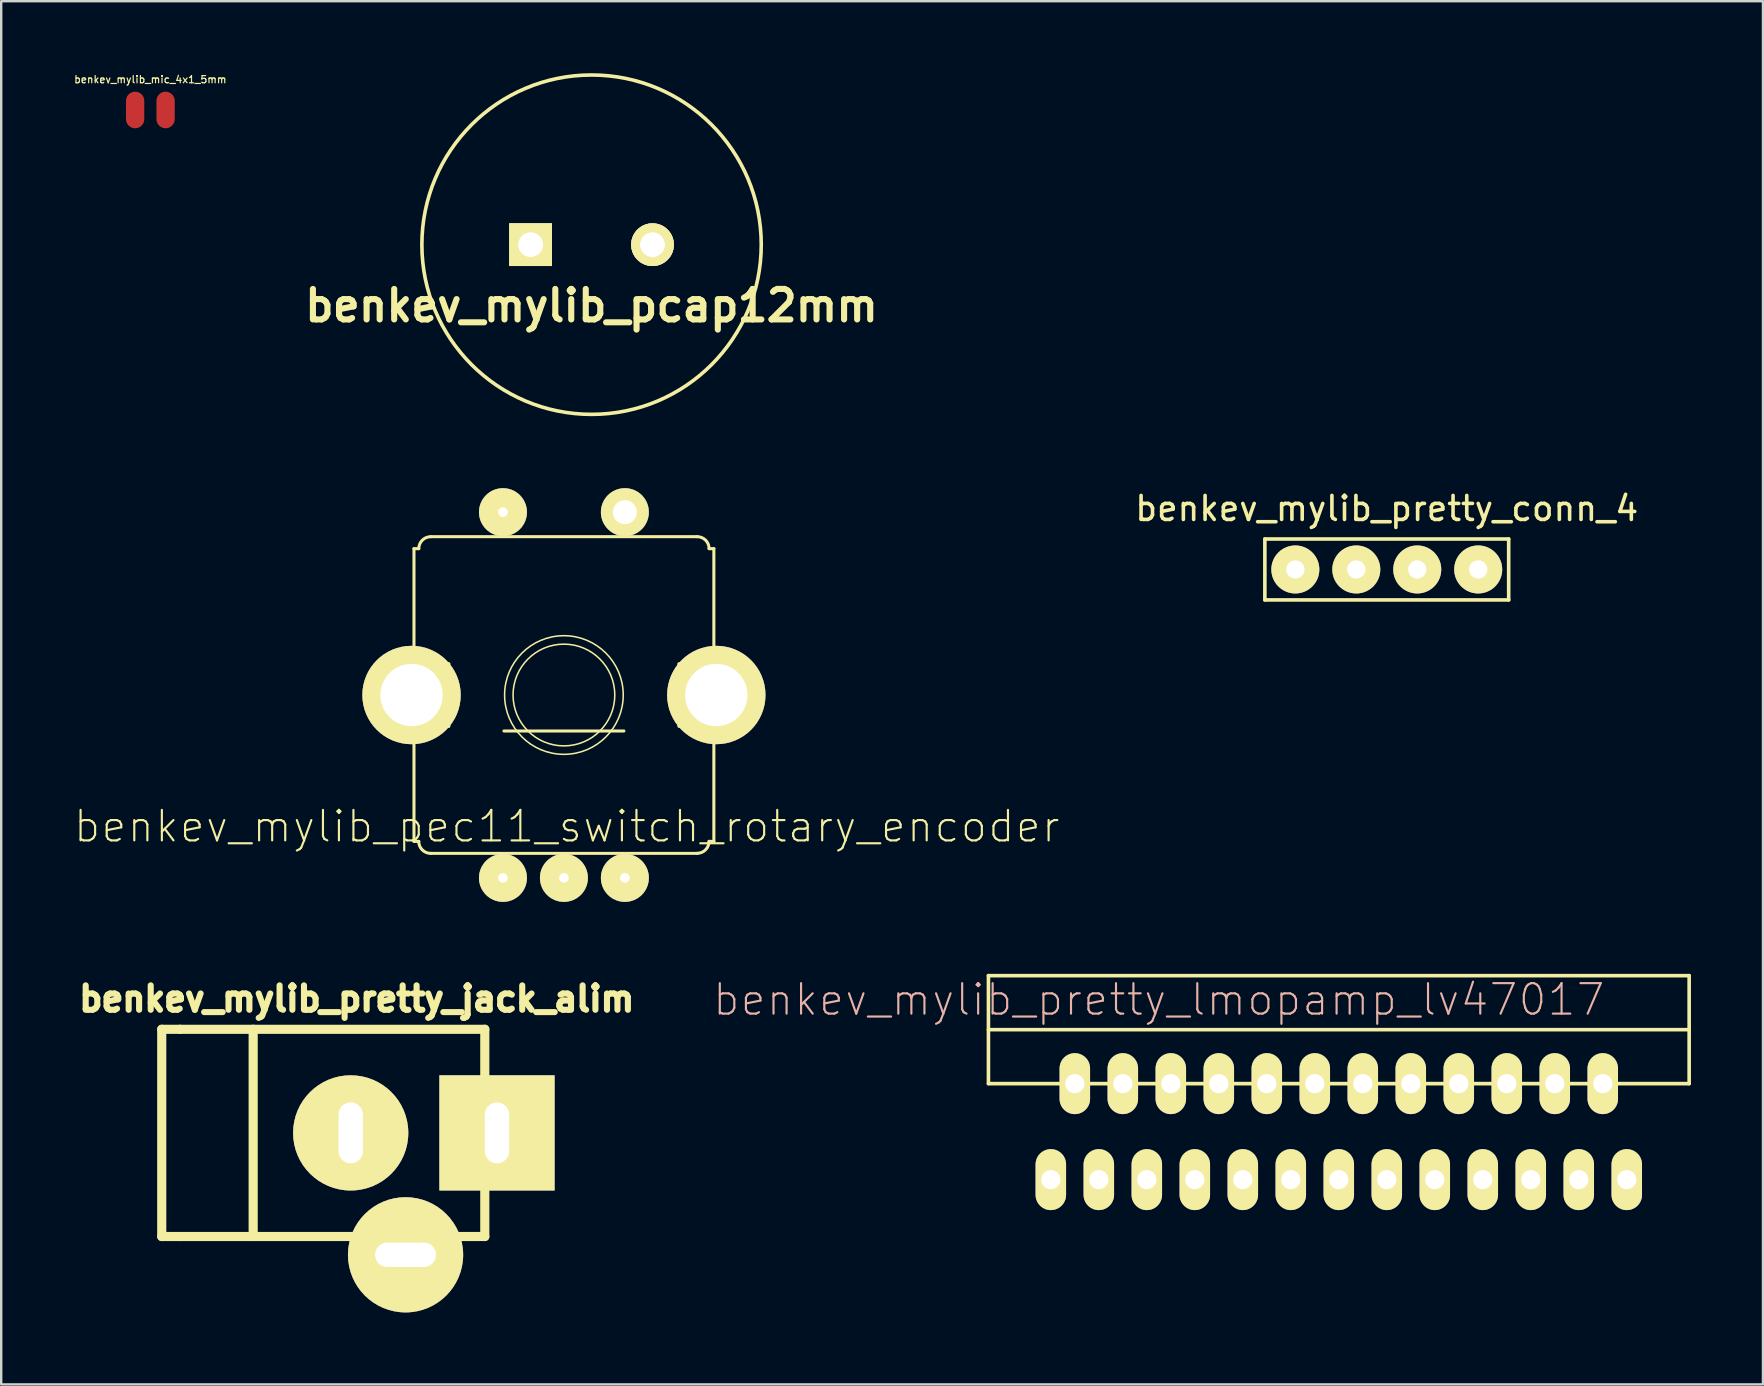
<source format=kicad_pcb>
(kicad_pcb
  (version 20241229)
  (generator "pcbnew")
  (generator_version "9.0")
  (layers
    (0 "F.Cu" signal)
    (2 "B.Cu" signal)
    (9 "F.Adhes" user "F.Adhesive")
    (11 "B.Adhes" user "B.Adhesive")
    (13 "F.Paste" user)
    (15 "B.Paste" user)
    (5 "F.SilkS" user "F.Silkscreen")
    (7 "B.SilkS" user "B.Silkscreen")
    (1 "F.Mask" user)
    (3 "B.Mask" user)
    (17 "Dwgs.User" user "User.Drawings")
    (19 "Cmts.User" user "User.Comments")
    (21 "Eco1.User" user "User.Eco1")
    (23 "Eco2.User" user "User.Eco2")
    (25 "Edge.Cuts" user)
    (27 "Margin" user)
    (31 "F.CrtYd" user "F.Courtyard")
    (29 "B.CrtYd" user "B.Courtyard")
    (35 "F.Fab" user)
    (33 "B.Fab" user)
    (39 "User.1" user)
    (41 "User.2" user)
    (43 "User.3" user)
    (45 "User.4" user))
  (footprint "benkev_mylib_mic_4x1_5mm"
    (layer "F.Cu")
    (at 3.216 1.533)
    (property "Reference" "benkev_mylib_mic_4x1_5mm" (at 0 -1.27 0) (layer "F.SilkS") (effects (font (size 0.3 0.3) (thickness 0.05))))
    (attr through_hole)
    (pad "1" smd oval (at -0.635 0) (size 0.762 1.524) (layers "F.Cu" "F.Mask" "F.Paste"))
    (pad "2" smd oval (at 0.635 0) (size 0.762 1.524) (layers "F.Cu" "F.Mask" "F.Paste")))
  (footprint "benkev_mylib_pretty_lmopamp_lv47017"
    (layer "F.Cu")
    (at 52.739 42.106)
    (property "Reference" "benkev_mylib_pretty_lmopamp_lv47017" (at -7.5 -3.5 0) (layer "B.SilkS") (effects (font (size 1.27 1.27) (thickness 0.089))))
    (attr exclude_from_pos_files exclude_from_bom)
    (fp_line (start -14.6 -4.5) (end 14.6 -4.5) (stroke (width 0.15) (type solid)) (layer "F.SilkS"))
    (fp_line (start -14.6 -2.25) (end 14.6 -2.25) (stroke (width 0.15) (type solid)) (layer "F.SilkS"))
    (fp_line (start -14.6 0) (end -14.6 -4.5) (stroke (width 0.15) (type solid)) (layer "F.SilkS"))
    (fp_line (start 14.6 -4.5) (end 14.6 0) (stroke (width 0.15) (type solid)) (layer "F.SilkS"))
    (fp_line (start 14.6 0) (end -14.6 0) (stroke (width 0.15) (type solid)) (layer "F.SilkS"))
    (pad "1" thru_hole oval (at -12 4) (size 1.27 2.54) (drill 0.8) (layers "*.Cu" "F.Mask" "F.SilkS" "F.Paste"))
    (pad "2" thru_hole oval (at -11 0) (size 1.27 2.54) (drill 0.8) (layers "*.Cu" "F.Mask" "F.SilkS" "F.Paste"))
    (pad "3" thru_hole oval (at -10 4) (size 1.27 2.54) (drill 0.8) (layers "*.Cu" "F.Mask" "F.SilkS" "F.Paste"))
    (pad "4" thru_hole oval (at -9 0) (size 1.27 2.54) (drill 0.8) (layers "*.Cu" "F.Mask" "F.SilkS" "F.Paste"))
    (pad "5" thru_hole oval (at -8 4) (size 1.27 2.54) (drill 0.8) (layers "*.Cu" "F.Mask" "F.SilkS" "F.Paste"))
    (pad "6" thru_hole oval (at -7 0) (size 1.27 2.54) (drill 0.8) (layers "*.Cu" "F.Mask" "F.SilkS" "F.Paste"))
    (pad "7" thru_hole oval (at -6 4) (size 1.27 2.54) (drill 0.8) (layers "*.Cu" "F.Mask" "F.SilkS" "F.Paste"))
    (pad "8" thru_hole oval (at -5 0) (size 1.27 2.54) (drill 0.8) (layers "*.Cu" "F.Mask" "F.SilkS" "F.Paste"))
    (pad "9" thru_hole oval (at -4 4) (size 1.27 2.54) (drill 0.8) (layers "*.Cu" "F.Mask" "F.SilkS" "F.Paste"))
    (pad "10" thru_hole oval (at -3 0) (size 1.27 2.54) (drill 0.8) (layers "*.Cu" "F.Mask" "F.SilkS" "F.Paste"))
    (pad "11" thru_hole oval (at -2 4) (size 1.27 2.54) (drill 0.8) (layers "*.Cu" "F.Mask" "F.SilkS" "F.Paste"))
    (pad "12" thru_hole oval (at -1 0) (size 1.27 2.54) (drill 0.8) (layers "*.Cu" "F.Mask" "F.SilkS" "F.Paste"))
    (pad "13" thru_hole oval (at 0 4) (size 1.27 2.54) (drill 0.8) (layers "*.Cu" "F.Mask" "F.SilkS" "F.Paste"))
    (pad "14" thru_hole oval (at 1 0) (size 1.27 2.54) (drill 0.8) (layers "*.Cu" "F.Mask" "F.SilkS" "F.Paste"))
    (pad "15" thru_hole oval (at 2 4) (size 1.27 2.54) (drill 0.8) (layers "*.Cu" "F.Mask" "F.SilkS" "F.Paste"))
    (pad "16" thru_hole oval (at 3 0) (size 1.27 2.54) (drill 0.8) (layers "*.Cu" "F.Mask" "F.SilkS" "F.Paste"))
    (pad "17" thru_hole oval (at 4 4) (size 1.27 2.54) (drill 0.8) (layers "*.Cu" "F.Mask" "F.SilkS" "F.Paste"))
    (pad "18" thru_hole oval (at 5 0) (size 1.27 2.54) (drill 0.8) (layers "*.Cu" "F.Mask" "F.SilkS" "F.Paste"))
    (pad "19" thru_hole oval (at 6 4) (size 1.27 2.54) (drill 0.8) (layers "*.Cu" "F.Mask" "F.SilkS" "F.Paste"))
    (pad "20" thru_hole oval (at 7 0) (size 1.27 2.54) (drill 0.8) (layers "*.Cu" "F.Mask" "F.SilkS" "F.Paste"))
    (pad "21" thru_hole oval (at 8 4) (size 1.27 2.54) (drill 0.8) (layers "*.Cu" "F.Mask" "F.SilkS" "F.Paste"))
    (pad "22" thru_hole oval (at 9 0) (size 1.27 2.54) (drill 0.8) (layers "*.Cu" "F.Mask" "F.SilkS" "F.Paste"))
    (pad "23" thru_hole oval (at 10 4) (size 1.27 2.54) (drill 0.8) (layers "*.Cu" "F.Mask" "F.SilkS" "F.Paste"))
    (pad "24" thru_hole oval (at 11 0) (size 1.27 2.54) (drill 0.8) (layers "*.Cu" "F.Mask" "F.SilkS" "F.Paste"))
    (pad "25" thru_hole oval (at 12 4) (size 1.27 2.54) (drill 0.8) (layers "*.Cu" "F.Mask" "F.SilkS" "F.Paste")))
  (footprint "benkev_mylib_pec11_switch_rotary_encoder"
    (layer "F.Cu")
    (at 20.449 25.912)
    (property "Reference" "benkev_mylib_pec11_switch_rotary_encoder" (at 0.119 5.474 0) (layer "F.SilkS") (effects (font (size 1.27 1.27) (thickness 0.089))))
    (attr exclude_from_pos_files exclude_from_bom)
    (fp_line (start -6.599 -1.298) (end -6.599 1.298) (stroke (width 0.127) (type solid)) (layer "F.SilkS"))
    (fp_line (start -6.599 1.298) (end -4.798 1.298) (stroke (width 0.127) (type solid)) (layer "F.SilkS"))
    (fp_line (start -6.248 6.099) (end -6.248 -6.099) (stroke (width 0.127) (type solid)) (layer "F.SilkS"))
    (fp_line (start -6.048 -6.099) (end -6.248 -6.099) (stroke (width 0.127) (type solid)) (layer "F.SilkS"))
    (fp_line (start -6.048 6.099) (end -6.248 6.099) (stroke (width 0.127) (type solid)) (layer "F.SilkS"))
    (fp_line (start -5.55 -6.599) (end 5.55 -6.599) (stroke (width 0.127) (type solid)) (layer "F.SilkS"))
    (fp_line (start -4.798 -1.298) (end -6.599 -1.298) (stroke (width 0.127) (type solid)) (layer "F.SilkS"))
    (fp_line (start -4.798 1.298) (end -4.798 -1.298) (stroke (width 0.127) (type solid)) (layer "F.SilkS"))
    (fp_line (start -2.499 1.499) (end 2.499 1.499) (stroke (width 0.127) (type solid)) (layer "F.SilkS"))
    (fp_line (start 4.798 -1.298) (end 4.798 1.298) (stroke (width 0.127) (type solid)) (layer "F.SilkS"))
    (fp_line (start 4.798 1.298) (end 6.599 1.298) (stroke (width 0.127) (type solid)) (layer "F.SilkS"))
    (fp_line (start 5.55 6.599) (end -5.55 6.599) (stroke (width 0.127) (type solid)) (layer "F.SilkS"))
    (fp_line (start 6.048 -6.099) (end 6.248 -6.099) (stroke (width 0.127) (type solid)) (layer "F.SilkS"))
    (fp_line (start 6.048 6.099) (end 6.248 6.099) (stroke (width 0.127) (type solid)) (layer "F.SilkS"))
    (fp_line (start 6.248 -6.099) (end 6.248 6.099) (stroke (width 0.127) (type solid)) (layer "F.SilkS"))
    (fp_line (start 6.599 -1.298) (end 4.798 -1.298) (stroke (width 0.127) (type solid)) (layer "F.SilkS"))
    (fp_line (start 6.599 1.298) (end 6.599 -1.298) (stroke (width 0.127) (type solid)) (layer "F.SilkS"))
    (fp_arc (start -6.04774 -6.09854) (mid -5.901926 -6.450566) (end -5.5499 -6.59638) (stroke (width 0.127) (type solid)) (layer "F.SilkS"))
    (fp_arc (start -5.5499 6.59892) (mid -5.903722 6.452362) (end -6.05028 6.09854) (stroke (width 0.127) (type solid)) (layer "F.SilkS"))
    (fp_arc (start 5.5499 -6.59892) (mid 5.903722 -6.452362) (end 6.05028 -6.09854) (stroke (width 0.127) (type solid)) (layer "F.SilkS"))
    (fp_arc (start 6.04774 6.09854) (mid 5.901926 6.450566) (end 5.5499 6.59638) (stroke (width 0.127) (type solid)) (layer "F.SilkS"))
    (fp_circle (center 0 0) (end -1.748 1.748) (stroke (width 0.064) (type solid)) (fill no) (layer "F.SilkS"))
    (fp_circle (center 0 0) (end -1.499 1.499) (stroke (width 0.064) (type solid)) (fill no) (layer "F.SilkS"))
    (pad "" thru_hole circle (at -6.35 0) (size 4.1 4.1) (drill 2.598) (layers "*.Cu" "F.Mask" "F.SilkS" "F.Paste"))
    (pad "" thru_hole circle (at 6.35 0) (size 4.1 4.1) (drill 2.598) (layers "*.Cu" "F.Mask" "F.SilkS" "F.Paste"))
    (pad "1" thru_hole circle (at -2.54 7.62) (size 1.999 1.999) (drill 0.4) (layers "*.Cu" "F.Mask" "F.SilkS" "F.Paste"))
    (pad "2" thru_hole circle (at 0 7.62) (size 1.999 1.999) (drill 0.4) (layers "*.Cu" "F.Mask" "F.SilkS" "F.Paste"))
    (pad "3" thru_hole circle (at 2.54 7.62) (size 1.999 1.999) (drill 0.4) (layers "*.Cu" "F.Mask" "F.SilkS" "F.Paste"))
    (pad "4" thru_hole circle (at 2.54 -7.62) (size 1.999 1.999) (drill 0.998) (layers "*.Cu" "F.Mask" "F.SilkS" "F.Paste"))
    (pad "5" thru_hole circle (at -2.54 -7.62) (size 1.999 1.999) (drill 0.4) (layers "*.Cu" "F.Mask" "F.SilkS" "F.Paste")))
  (footprint "benkev_mylib_pretty_jack_alim"
    (layer "F.Cu")
    (at 11.564 44.159)
    (property "Reference" "benkev_mylib_pretty_jack_alim" (at 0.254 -5.588 0) (layer "F.SilkS") (effects (font (size 1.016 1.016) (thickness 0.254))))
    (attr through_hole)
    (fp_line (start -7.874 -4.318) (end -7.874 4.318) (stroke (width 0.381) (type solid)) (layer "F.SilkS"))
    (fp_line (start -7.874 4.318) (end -7.112 4.318) (stroke (width 0.381) (type solid)) (layer "F.SilkS"))
    (fp_line (start -7.112 -4.318) (end -7.874 -4.318) (stroke (width 0.381) (type solid)) (layer "F.SilkS"))
    (fp_line (start -7.112 -4.318) (end 5.588 -4.318) (stroke (width 0.381) (type solid)) (layer "F.SilkS"))
    (fp_line (start -7.112 4.318) (end 5.588 4.318) (stroke (width 0.381) (type solid)) (layer "F.SilkS"))
    (fp_line (start -4.064 -4.318) (end -4.064 4.318) (stroke (width 0.381) (type solid)) (layer "F.SilkS"))
    (fp_line (start 5.588 -4.318) (end 5.588 4.318) (stroke (width 0.381) (type solid)) (layer "F.SilkS"))
    (pad "1" thru_hole rect (at 6.096 0) (size 4.801 4.801) (drill oval 1.016 2.54) (layers "*.Cu" "*.Mask" "F.SilkS"))
    (pad "2" thru_hole circle (at 0 0) (size 4.801 4.801) (drill oval 1.016 2.54) (layers "*.Cu" "*.Mask" "F.SilkS"))
    (pad "3" thru_hole circle (at 2.286 5.08) (size 4.801 4.801) (drill oval 2.54 1.016) (layers "*.Cu" "*.Mask" "F.SilkS")))
  (footprint "benkev_mylib_pretty_conn_4"
    (layer "F.Cu")
    (at 54.738 20.68)
    (property "Reference" "benkev_mylib_pretty_conn_4" (at 0 -2.54 0) (layer "F.SilkS") (effects (font (size 1 1) (thickness 0.15))))
    (attr through_hole)
    (fp_line (start -5.08 -1.27) (end 5.08 -1.27) (stroke (width 0.15) (type solid)) (layer "F.SilkS"))
    (fp_line (start -5.08 1.27) (end -5.08 -1.27) (stroke (width 0.15) (type solid)) (layer "F.SilkS"))
    (fp_line (start -5.08 1.27) (end 5.08 1.27) (stroke (width 0.15) (type solid)) (layer "F.SilkS"))
    (fp_line (start 5.08 -1.27) (end 5.08 1.27) (stroke (width 0.15) (type solid)) (layer "F.SilkS"))
    (pad "1" thru_hole circle (at -3.81 0) (size 2 2) (drill 0.762) (layers "*.Cu" "*.Mask" "F.SilkS"))
    (pad "2" thru_hole circle (at -1.27 0) (size 2 2) (drill 0.762) (layers "*.Cu" "*.Mask" "F.SilkS"))
    (pad "3" thru_hole circle (at 1.27 0) (size 2 2) (drill 0.762) (layers "*.Cu" "*.Mask" "F.SilkS"))
    (pad "4" thru_hole circle (at 3.81 0) (size 2 2) (drill 0.762) (layers "*.Cu" "*.Mask" "F.SilkS")))
  (footprint "benkev_mylib_pcap12mm"
    (layer "F.Cu")
    (at 21.601 7.146)
    (property "Reference" "benkev_mylib_pcap12mm" (at 0 2.54 0) (layer "F.SilkS") (effects (font (size 1.27 1.27) (thickness 0.254))))
    (attr through_hole)
    (fp_circle (center 0 0) (end 7 -1) (stroke (width 0.15) (type solid)) (fill no) (layer "F.SilkS"))
    (pad "1" thru_hole rect (at -2.54 0) (size 1.778 1.778) (drill 1.016) (layers "*.Cu" "*.Mask" "F.SilkS"))
    (pad "1" thru_hole rect (at -2.54 0) (size 1.778 1.778) (drill 1.016) (layers "*.Cu" "*.Mask" "F.SilkS"))
    (pad "2" thru_hole circle (at 2.54 0) (size 1.778 1.778) (drill 1.016) (layers "*.Cu" "*.Mask" "F.SilkS"))
    (pad "2" thru_hole circle (at 2.54 0) (size 1.778 1.778) (drill 1.016) (layers "*.Cu" "*.Mask" "F.SilkS")))
  (gr_rect
    (start -3 -3)
    (end 70.414 54.64)
    (stroke (width 0.1) (type default))
    (fill no)
    (layer "Edge.Cuts")))
</source>
